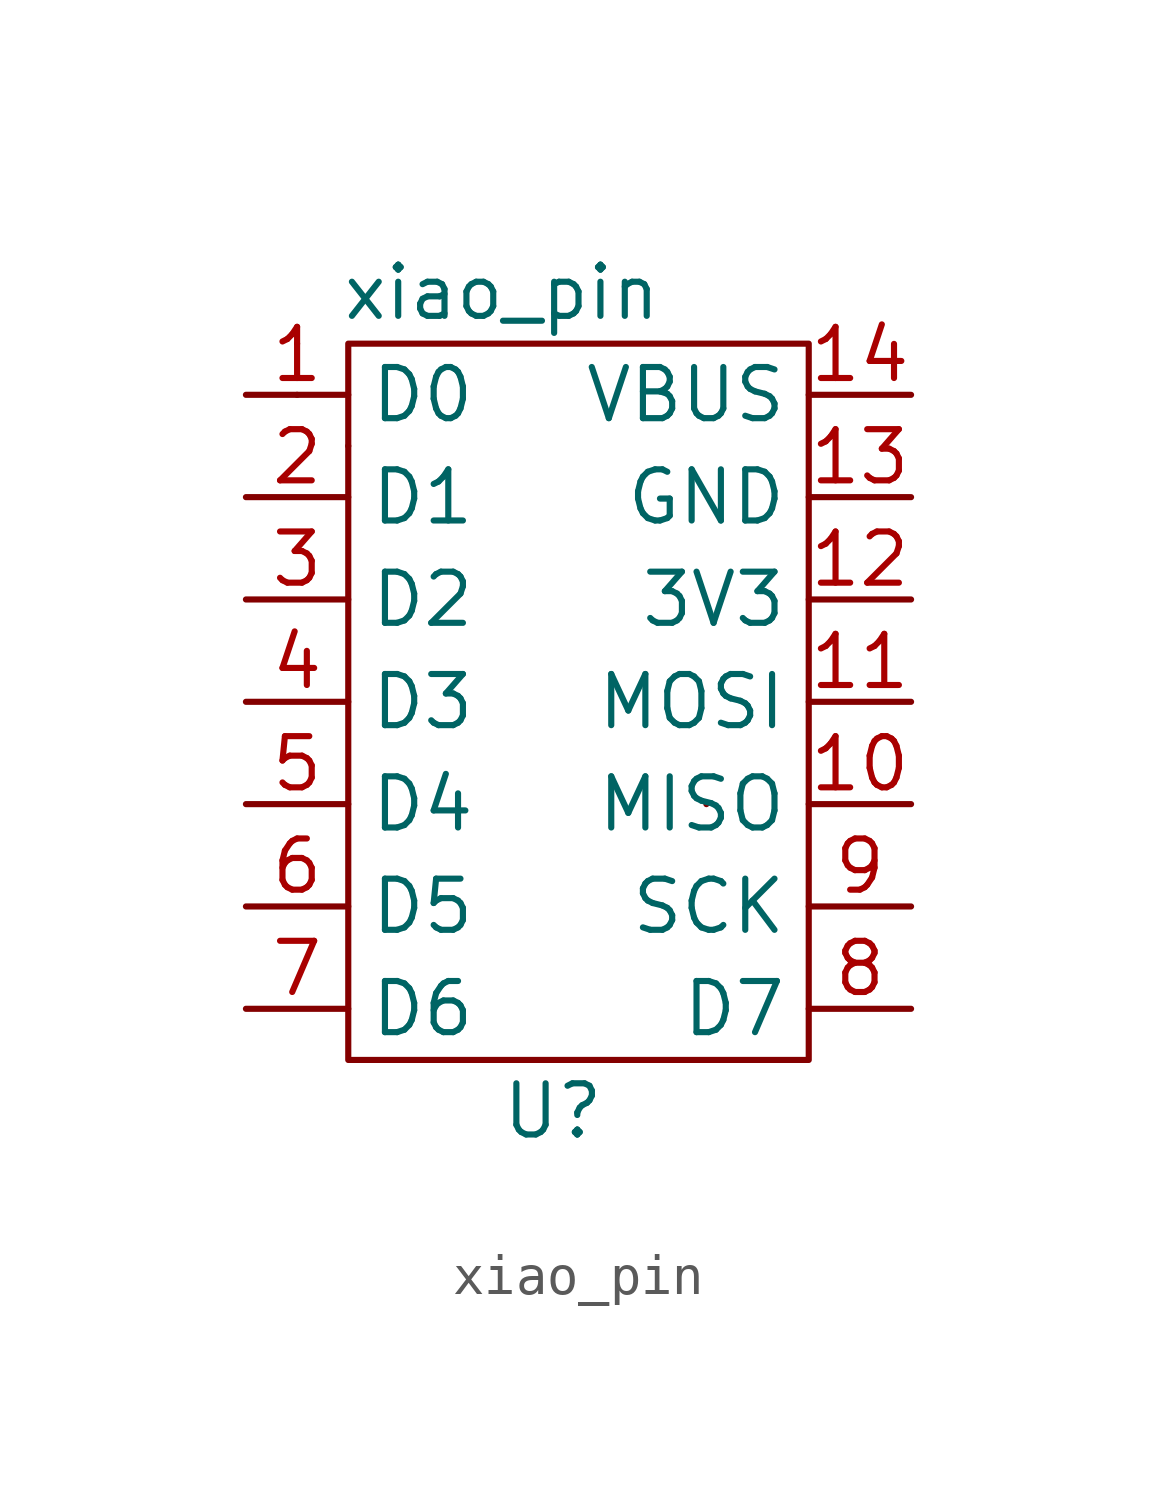
<source format=kicad_sym>
(kicad_symbol_lib
  (version 20211014)
  (generator kicad_symbol_editor)
  (symbol "xiao_pin"
    (property "Reference" "U"
      (at 1.27 -13.97 0)
      (effects (font (size 1.27 1.27))))
    (property "Value" "xiao_pin"
      (at 0 6.35 0)
      (effects (font (size 1.27 1.27))))
    (symbol "xiao_pin_0_1"
      (rectangle (start -5.08 3.81) (end -5.08 3.81) (stroke (width 0) (type default) (color 0 0 0 0)) (fill (type none)))
      (rectangle (start -5.08 5.08) (end -5.08 5.08) (stroke (width 0) (type default) (color 0 0 0 0)) (fill (type none)))
      (rectangle (start -3.81 2.54) (end -3.81 2.54) (stroke (width 0) (type default) (color 0 0 0 0)) (fill (type none)))
      (rectangle (start -3.81 5.08) (end 7.62 -12.7) (stroke (width 0) (type default) (color 0 0 0 0)) (fill (type none)))
      (rectangle (start 5.08 -6.35) (end 5.08 -6.35) (stroke (width 0) (type default) (color 0 0 0 0)) (fill (type none))))
    (symbol "xiao_pin_1_1"
      (pin passive line (at -6.35 3.81 0) (length 2.54) (name "D0" (effects (font (size 1.27 1.27)))) (number "1" (effects (font (size 1.27 1.27)))))
      (pin passive line (at 10.16 -6.35 180) (length 2.54) (name "MISO" (effects (font (size 1.27 1.27)))) (number "10" (effects (font (size 1.27 1.27)))))
      (pin passive line (at 10.16 -3.81 180) (length 2.54) (name "MOSI" (effects (font (size 1.27 1.27)))) (number "11" (effects (font (size 1.27 1.27)))))
      (pin passive line (at 10.16 -1.27 180) (length 2.54) (name "3V3" (effects (font (size 1.27 1.27)))) (number "12" (effects (font (size 1.27 1.27)))))
      (pin passive line (at 10.16 1.27 180) (length 2.54) (name "GND" (effects (font (size 1.27 1.27)))) (number "13" (effects (font (size 1.27 1.27)))))
      (pin passive line (at 10.16 3.81 180) (length 2.54) (name "VBUS" (effects (font (size 1.27 1.27)))) (number "14" (effects (font (size 1.27 1.27)))))
      (pin passive line (at -6.35 1.27 0) (length 2.54) (name "D1" (effects (font (size 1.27 1.27)))) (number "2" (effects (font (size 1.27 1.27)))))
      (pin passive line (at -6.35 -1.27 0) (length 2.54) (name "D2" (effects (font (size 1.27 1.27)))) (number "3" (effects (font (size 1.27 1.27)))))
      (pin passive line (at -6.35 -3.81 0) (length 2.54) (name "D3" (effects (font (size 1.27 1.27)))) (number "4" (effects (font (size 1.27 1.27)))))
      (pin passive line (at -6.35 -6.35 0) (length 2.54) (name "D4" (effects (font (size 1.27 1.27)))) (number "5" (effects (font (size 1.27 1.27)))))
      (pin passive line (at -6.35 -8.89 0) (length 2.54) (name "D5" (effects (font (size 1.27 1.27)))) (number "6" (effects (font (size 1.27 1.27)))))
      (pin passive line (at -6.35 -11.43 0) (length 2.54) (name "D6" (effects (font (size 1.27 1.27)))) (number "7" (effects (font (size 1.27 1.27)))))
      (pin passive line (at 10.16 -11.43 180) (length 2.54) (name "D7" (effects (font (size 1.27 1.27)))) (number "8" (effects (font (size 1.27 1.27)))))
      (pin passive line (at 10.16 -8.89 180) (length 2.54) (name "SCK" (effects (font (size 1.27 1.27)))) (number "9" (effects (font (size 1.27 1.27))))))))
</source>
